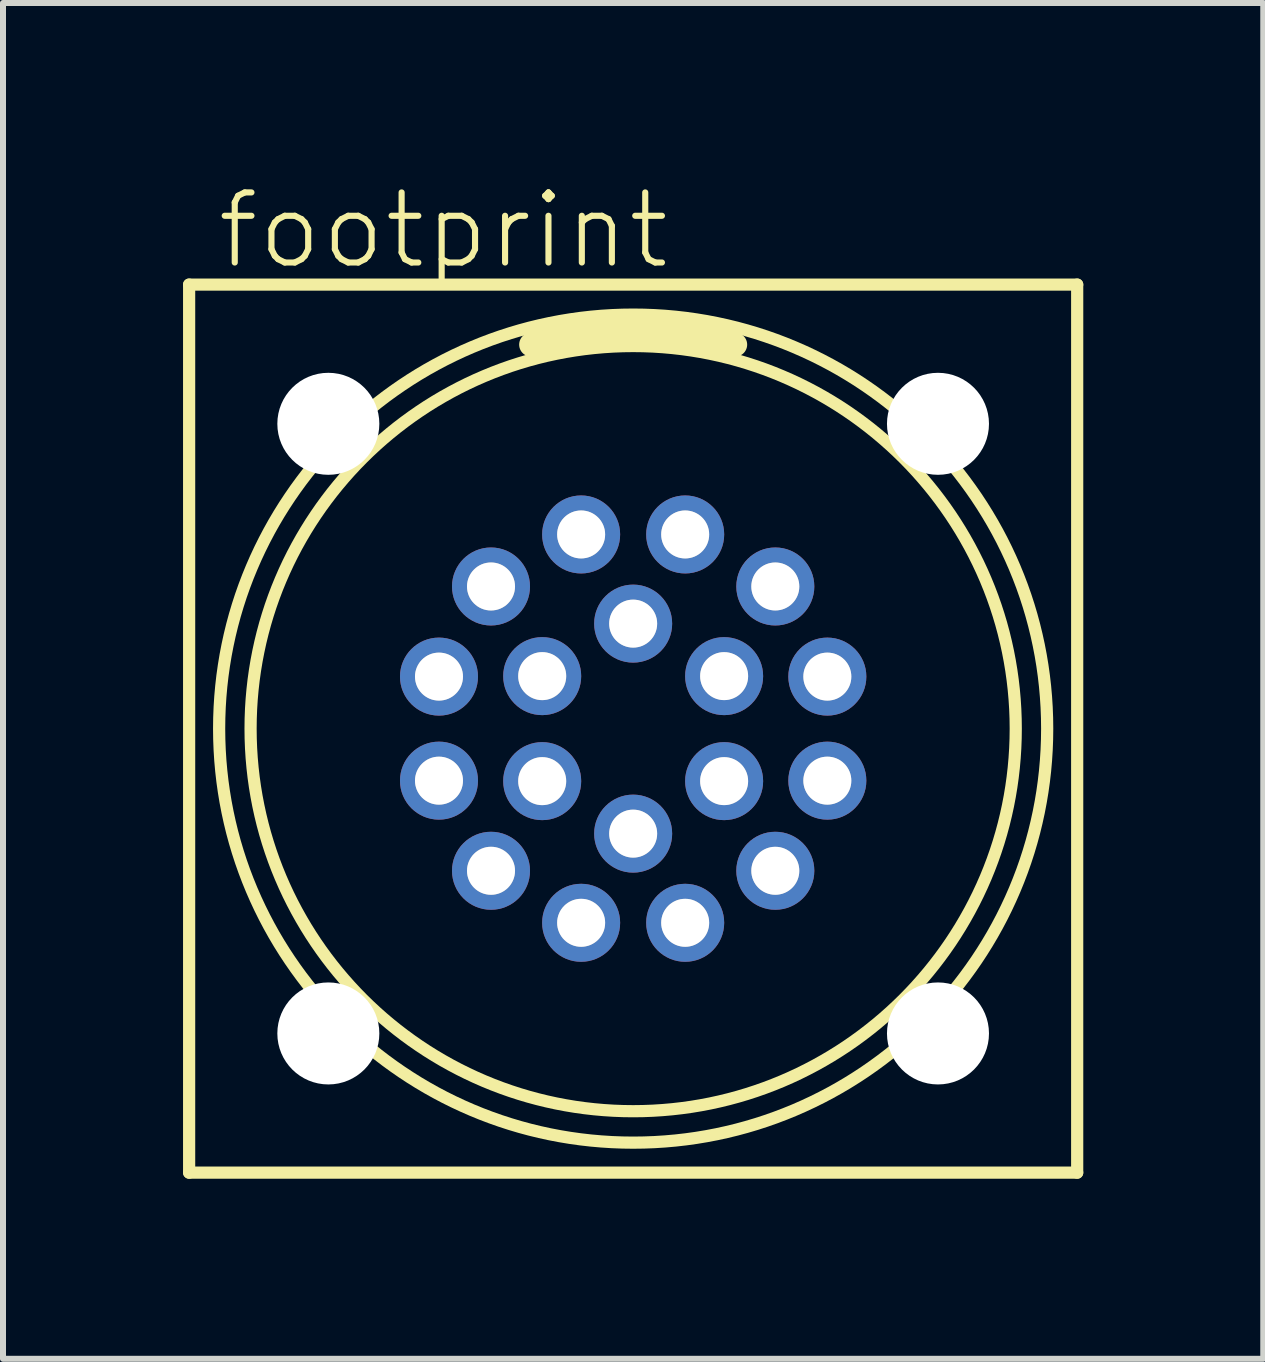
<source format=kicad_pcb>
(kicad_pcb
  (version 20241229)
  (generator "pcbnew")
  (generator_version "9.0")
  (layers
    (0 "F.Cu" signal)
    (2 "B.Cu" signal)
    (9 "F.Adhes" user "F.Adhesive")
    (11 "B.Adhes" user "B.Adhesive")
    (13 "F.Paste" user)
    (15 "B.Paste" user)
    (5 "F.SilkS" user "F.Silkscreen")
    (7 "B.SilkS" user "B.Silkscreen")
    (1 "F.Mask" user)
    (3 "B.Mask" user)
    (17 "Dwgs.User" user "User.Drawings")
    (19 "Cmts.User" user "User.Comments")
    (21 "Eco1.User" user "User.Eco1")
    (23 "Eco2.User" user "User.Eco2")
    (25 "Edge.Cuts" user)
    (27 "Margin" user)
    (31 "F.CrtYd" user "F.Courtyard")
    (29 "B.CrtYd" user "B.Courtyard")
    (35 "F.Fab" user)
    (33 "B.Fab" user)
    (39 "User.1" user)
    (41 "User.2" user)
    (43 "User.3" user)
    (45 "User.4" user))
  (footprint "footprint"
    (layer "F.Cu")
    (at 7.502 9.093)
    (property "Reference" "footprint" (at -6.985 -7.62 0) (layer "F.SilkS") (effects (font (size 1.168 1.168) (thickness 0.102)) (justify left bottom)))
    (fp_line (start -7.4 -7.4) (end 7.4 -7.4) (stroke (width 0.203) (type solid)) (layer "F.SilkS"))
    (fp_line (start -7.4 7.4) (end -7.4 -7.4) (stroke (width 0.203) (type solid)) (layer "F.SilkS"))
    (fp_line (start 7.4 -7.4) (end 7.4 7.4) (stroke (width 0.203) (type solid)) (layer "F.SilkS"))
    (fp_line (start 7.4 7.4) (end -7.4 7.4) (stroke (width 0.203) (type solid)) (layer "F.SilkS"))
    (fp_arc (start -1.7 -6.4) (mid 0 -6.650475) (end 1.700001 -6.4) (stroke (width 0.4) (type solid)) (layer "F.SilkS"))
    (fp_circle (center 0 0) (end 6.376 0) (stroke (width 0.203) (type solid)) (fill no) (layer "F.SilkS"))
    (fp_circle (center 0 0) (end 6.9 0) (stroke (width 0.203) (type solid)) (fill no) (layer "F.SilkS"))
    (fp_circle (center -3.236 -0.867) (end -2.938 -0.867) (stroke (width 0.203) (type solid)) (fill no) (layer "F.Fab"))
    (fp_circle (center -3.236 0.867) (end -2.938 0.867) (stroke (width 0.203) (type solid)) (fill no) (layer "F.Fab"))
    (fp_circle (center -2.369 -2.369) (end -2.07 -2.369) (stroke (width 0.203) (type solid)) (fill no) (layer "F.Fab"))
    (fp_circle (center -2.369 2.369) (end -2.07 2.369) (stroke (width 0.203) (type solid)) (fill no) (layer "F.Fab"))
    (fp_circle (center -1.516 -0.875) (end -1.217 -0.875) (stroke (width 0.203) (type solid)) (fill no) (layer "F.Fab"))
    (fp_circle (center -1.516 0.875) (end -1.217 0.875) (stroke (width 0.203) (type solid)) (fill no) (layer "F.Fab"))
    (fp_circle (center -0.867 -3.236) (end -0.569 -3.236) (stroke (width 0.203) (type solid)) (fill no) (layer "F.Fab"))
    (fp_circle (center -0.867 3.236) (end -0.569 3.236) (stroke (width 0.203) (type solid)) (fill no) (layer "F.Fab"))
    (fp_circle (center 0 -1.75) (end 0.298 -1.75) (stroke (width 0.203) (type solid)) (fill no) (layer "F.Fab"))
    (fp_circle (center 0 1.75) (end 0.298 1.75) (stroke (width 0.203) (type solid)) (fill no) (layer "F.Fab"))
    (fp_circle (center 0.867 -3.236) (end 1.165 -3.236) (stroke (width 0.203) (type solid)) (fill no) (layer "F.Fab"))
    (fp_circle (center 0.867 3.236) (end 1.165 3.236) (stroke (width 0.203) (type solid)) (fill no) (layer "F.Fab"))
    (fp_circle (center 1.516 -0.875) (end 1.814 -0.875) (stroke (width 0.203) (type solid)) (fill no) (layer "F.Fab"))
    (fp_circle (center 1.516 0.875) (end 1.814 0.875) (stroke (width 0.203) (type solid)) (fill no) (layer "F.Fab"))
    (fp_circle (center 2.369 -2.369) (end 2.667 -2.369) (stroke (width 0.203) (type solid)) (fill no) (layer "F.Fab"))
    (fp_circle (center 2.369 2.369) (end 2.667 2.369) (stroke (width 0.203) (type solid)) (fill no) (layer "F.Fab"))
    (fp_circle (center 3.236 -0.867) (end 3.534 -0.867) (stroke (width 0.203) (type solid)) (fill no) (layer "F.Fab"))
    (fp_circle (center 3.236 0.867) (end 3.534 0.867) (stroke (width 0.203) (type solid)) (fill no) (layer "F.Fab"))
    (pad "" np_thru_hole circle (at -5.08 -5.08) (size 1.7 1.7) (drill 1.7) (layers "*.Cu" "*.Mask"))
    (pad "" np_thru_hole circle (at -5.08 5.08) (size 1.7 1.7) (drill 1.7) (layers "*.Cu" "*.Mask"))
    (pad "" np_thru_hole circle (at 5.08 -5.08) (size 1.7 1.7) (drill 1.7) (layers "*.Cu" "*.Mask"))
    (pad "" np_thru_hole circle (at 5.08 5.08) (size 1.7 1.7) (drill 1.7) (layers "*.Cu" "*.Mask"))
    (pad "1" thru_hole circle (at -0.867 -3.236 105) (size 1.3 1.3) (drill 0.8) (layers "*.Cu" "*.Mask"))
    (pad "2" thru_hole circle (at -2.369 -2.369 135) (size 1.3 1.3) (drill 0.8) (layers "*.Cu" "*.Mask"))
    (pad "3" thru_hole circle (at -3.236 -0.867 165) (size 1.3 1.3) (drill 0.8) (layers "*.Cu" "*.Mask"))
    (pad "4" thru_hole circle (at -3.236 0.867 195) (size 1.3 1.3) (drill 0.8) (layers "*.Cu" "*.Mask"))
    (pad "5" thru_hole circle (at -2.369 2.369 225) (size 1.3 1.3) (drill 0.8) (layers "*.Cu" "*.Mask"))
    (pad "6" thru_hole circle (at -0.867 3.236 255) (size 1.3 1.3) (drill 0.8) (layers "*.Cu" "*.Mask"))
    (pad "7" thru_hole circle (at 0.867 3.236 285) (size 1.3 1.3) (drill 0.8) (layers "*.Cu" "*.Mask"))
    (pad "8" thru_hole circle (at 2.369 2.369 315) (size 1.3 1.3) (drill 0.8) (layers "*.Cu" "*.Mask"))
    (pad "9" thru_hole circle (at 3.236 0.867 345) (size 1.3 1.3) (drill 0.8) (layers "*.Cu" "*.Mask"))
    (pad "10" thru_hole circle (at 3.236 -0.867 15) (size 1.3 1.3) (drill 0.8) (layers "*.Cu" "*.Mask"))
    (pad "11" thru_hole circle (at 2.369 -2.369 45) (size 1.3 1.3) (drill 0.8) (layers "*.Cu" "*.Mask"))
    (pad "12" thru_hole circle (at 0.867 -3.236 75) (size 1.3 1.3) (drill 0.8) (layers "*.Cu" "*.Mask"))
    (pad "13" thru_hole circle (at 0 -1.75 90) (size 1.3 1.3) (drill 0.8) (layers "*.Cu" "*.Mask"))
    (pad "14" thru_hole circle (at -1.516 -0.875 150) (size 1.3 1.3) (drill 0.8) (layers "*.Cu" "*.Mask"))
    (pad "15" thru_hole circle (at -1.516 0.875 210) (size 1.3 1.3) (drill 0.8) (layers "*.Cu" "*.Mask"))
    (pad "16" thru_hole circle (at 0 1.75 270) (size 1.3 1.3) (drill 0.8) (layers "*.Cu" "*.Mask"))
    (pad "17" thru_hole circle (at 1.516 0.875 330) (size 1.3 1.3) (drill 0.8) (layers "*.Cu" "*.Mask"))
    (pad "18" thru_hole circle (at 1.516 -0.875 30) (size 1.3 1.3) (drill 0.8) (layers "*.Cu" "*.Mask")))
  (gr_rect
    (start -3 -3)
    (end 18.003 19.595)
    (stroke (width 0.1) (type default))
    (fill no)
    (layer "Edge.Cuts")))
</source>
